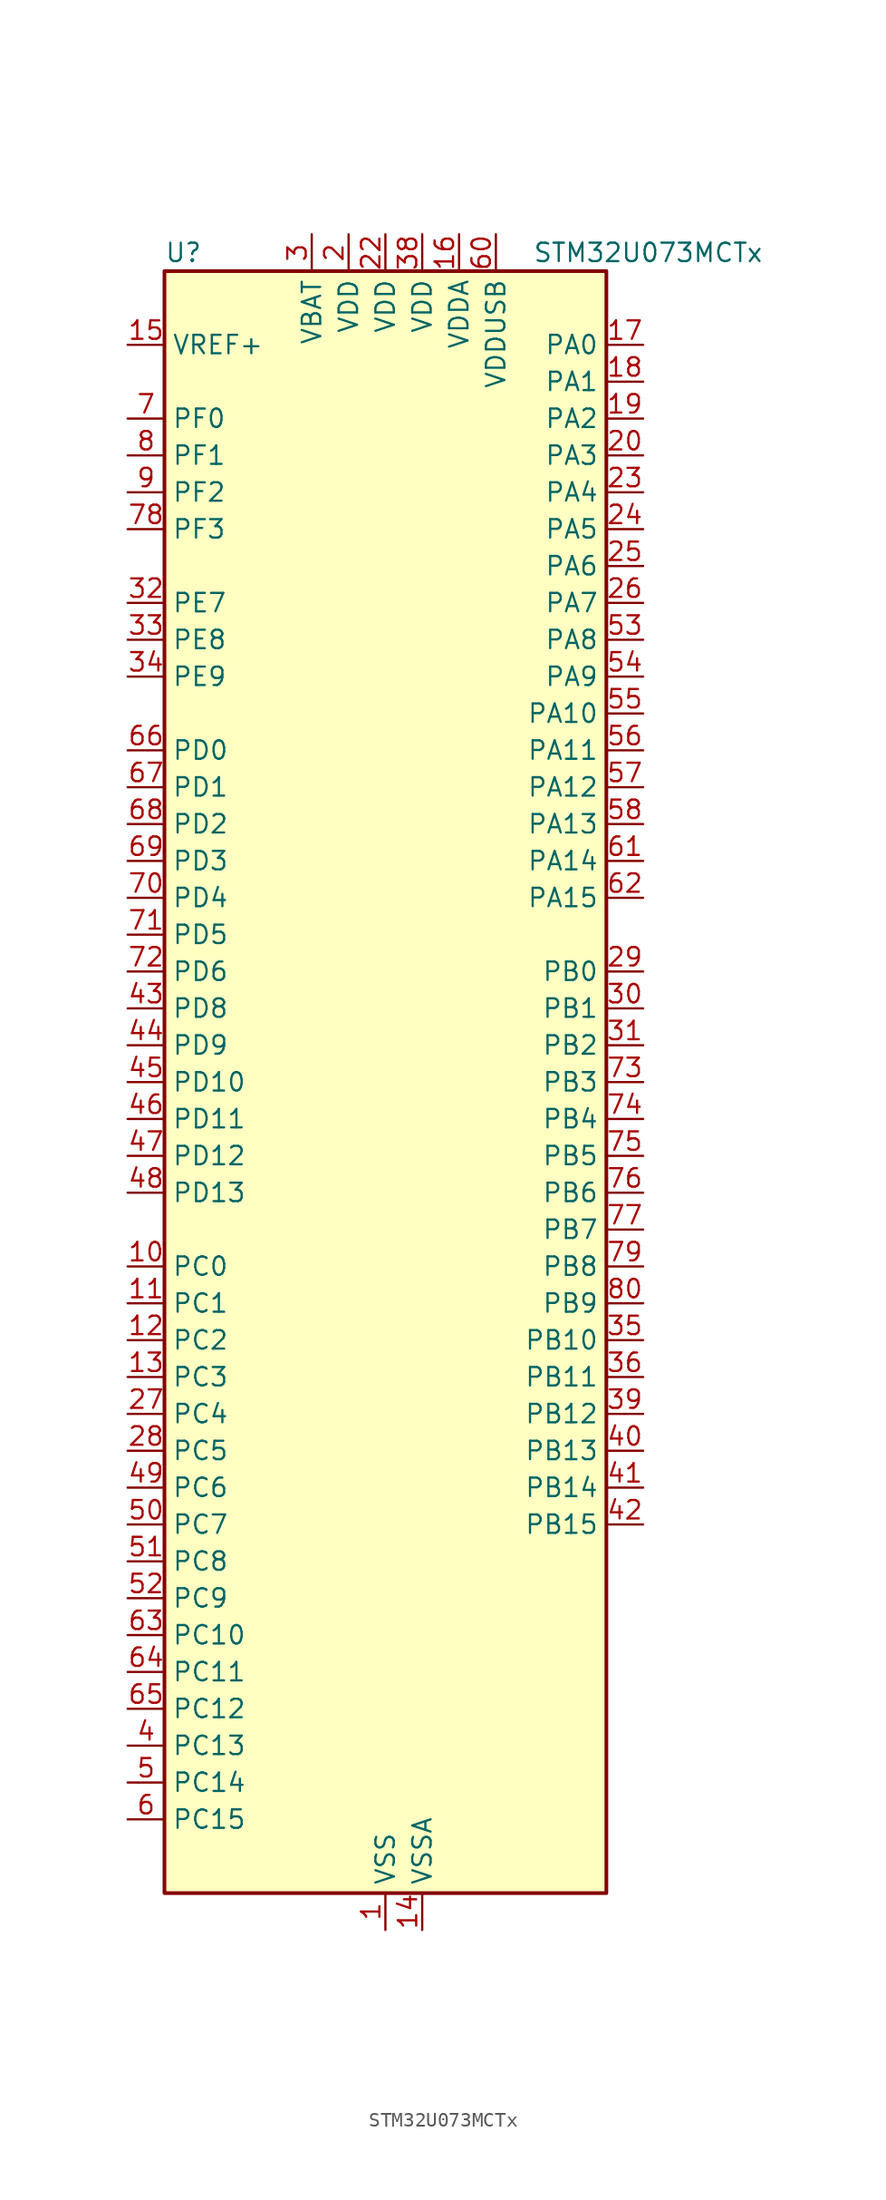
<source format=kicad_sym>
(kicad_symbol_lib
  (version 20241209)
  (generator "kicad_symbol_editor")
  (generator_version "9.0")
  (symbol "STM32U073MCTx"
    (property "Reference" "U"
      (at -15.24 57.15 0)
      (effects (font (size 1.27 1.27)) (justify left)))
    (property "Value" "STM32U073MCTx"
      (at 10.16 57.15 0)
      (effects (font (size 1.27 1.27)) (justify left)))
    (symbol "STM32U073MCTx_0_1"
      (rectangle (start -15.24 -55.88) (end 15.24 55.88) (stroke (width 0.254) (type default)) (fill (type background))))
    (symbol "STM32U073MCTx_1_1"
      (pin input line (at -17.78 50.8 0) (length 2.54) (name "VREF+" (effects (font (size 1.27 1.27)))) (number "15" (effects (font (size 1.27 1.27)))) (alternate "VREFBUF_OUT" bidirectional line))
      (pin bidirectional line (at -17.78 45.72 0) (length 2.54) (name "PF0" (effects (font (size 1.27 1.27)))) (number "7" (effects (font (size 1.27 1.27)))) (alternate "RCC_OSC_IN" bidirectional line))
      (pin bidirectional line (at -17.78 43.18 0) (length 2.54) (name "PF1" (effects (font (size 1.27 1.27)))) (number "8" (effects (font (size 1.27 1.27)))) (alternate "RCC_OSC_EN" bidirectional line) (alternate "RCC_OSC_OUT" bidirectional line))
      (pin bidirectional line (at -17.78 40.64 0) (length 2.54) (name "PF2" (effects (font (size 1.27 1.27)))) (number "9" (effects (font (size 1.27 1.27)))) (alternate "RCC_MCO" bidirectional line))
      (pin bidirectional line (at -17.78 38.1 0) (length 2.54) (name "PF3" (effects (font (size 1.27 1.27)))) (number "78" (effects (font (size 1.27 1.27)))))
      (pin bidirectional line (at -17.78 33.02 0) (length 2.54) (name "PE7" (effects (font (size 1.27 1.27)))) (number "32" (effects (font (size 1.27 1.27)))) (alternate "LCD_SEG45" bidirectional line) (alternate "TIM1_ETR" bidirectional line))
      (pin bidirectional line (at -17.78 30.48 0) (length 2.54) (name "PE8" (effects (font (size 1.27 1.27)))) (number "33" (effects (font (size 1.27 1.27)))) (alternate "LCD_SEG46" bidirectional line) (alternate "TIM1_CH1N" bidirectional line))
      (pin bidirectional line (at -17.78 27.94 0) (length 2.54) (name "PE9" (effects (font (size 1.27 1.27)))) (number "34" (effects (font (size 1.27 1.27)))) (alternate "DAC1_EXTI9" bidirectional line) (alternate "LCD_SEG47" bidirectional line) (alternate "LPTIM1_CH3" bidirectional line) (alternate "TIM1_CH1" bidirectional line))
      (pin bidirectional line (at -17.78 22.86 0) (length 2.54) (name "PD0" (effects (font (size 1.27 1.27)))) (number "66" (effects (font (size 1.27 1.27)))) (alternate "LCD_SEG34" bidirectional line) (alternate "SPI2_NSS" bidirectional line))
      (pin bidirectional line (at -17.78 20.32 0) (length 2.54) (name "PD1" (effects (font (size 1.27 1.27)))) (number "67" (effects (font (size 1.27 1.27)))) (alternate "LCD_SEG35" bidirectional line) (alternate "LPTIM1_CH4" bidirectional line) (alternate "SPI2_SCK" bidirectional line))
      (pin bidirectional line (at -17.78 17.78 0) (length 2.54) (name "PD2" (effects (font (size 1.27 1.27)))) (number "68" (effects (font (size 1.27 1.27)))) (alternate "LCD_COM7" bidirectional line) (alternate "LCD_SEG31" bidirectional line) (alternate "LCD_SEG51" bidirectional line) (alternate "TIM3_ETR" bidirectional line) (alternate "TSC_SYNC" bidirectional line) (alternate "USART3_DE" bidirectional line) (alternate "USART3_RTS" bidirectional line))
      (pin bidirectional line (at -17.78 15.24 0) (length 2.54) (name "PD3" (effects (font (size 1.27 1.27)))) (number "69" (effects (font (size 1.27 1.27)))) (alternate "LCD_SEG36" bidirectional line) (alternate "SPI2_MISO" bidirectional line) (alternate "USART2_CTS" bidirectional line))
      (pin bidirectional line (at -17.78 12.7 0) (length 2.54) (name "PD4" (effects (font (size 1.27 1.27)))) (number "70" (effects (font (size 1.27 1.27)))) (alternate "LCD_SEG37" bidirectional line) (alternate "LPTIM1_CH3" bidirectional line) (alternate "SPI2_MOSI" bidirectional line) (alternate "USART2_DE" bidirectional line) (alternate "USART2_RTS" bidirectional line))
      (pin bidirectional line (at -17.78 10.16 0) (length 2.54) (name "PD5" (effects (font (size 1.27 1.27)))) (number "71" (effects (font (size 1.27 1.27)))) (alternate "LCD_SEG38" bidirectional line) (alternate "USART2_TX" bidirectional line))
      (pin bidirectional line (at -17.78 7.62 0) (length 2.54) (name "PD6" (effects (font (size 1.27 1.27)))) (number "72" (effects (font (size 1.27 1.27)))) (alternate "LCD_SEG39" bidirectional line) (alternate "USART2_RX" bidirectional line))
      (pin bidirectional line (at -17.78 5.08 0) (length 2.54) (name "PD8" (effects (font (size 1.27 1.27)))) (number "43" (effects (font (size 1.27 1.27)))) (alternate "LCD_SEG28" bidirectional line) (alternate "LPUART3_TX" bidirectional line) (alternate "USART3_TX" bidirectional line))
      (pin bidirectional line (at -17.78 2.54 0) (length 2.54) (name "PD9" (effects (font (size 1.27 1.27)))) (number "44" (effects (font (size 1.27 1.27)))) (alternate "DAC1_EXTI9" bidirectional line) (alternate "LCD_SEG29" bidirectional line) (alternate "LPTIM3_IN1" bidirectional line) (alternate "LPUART3_RX" bidirectional line) (alternate "USART3_RX" bidirectional line))
      (pin bidirectional line (at -17.78 0 0) (length 2.54) (name "PD10" (effects (font (size 1.27 1.27)))) (number "45" (effects (font (size 1.27 1.27)))) (alternate "COMP2_INP" bidirectional line) (alternate "LCD_SEG30" bidirectional line) (alternate "LPTIM2_CH2" bidirectional line) (alternate "LPTIM3_ETR" bidirectional line) (alternate "TSC_G6_IO1" bidirectional line) (alternate "USART3_CK" bidirectional line))
      (pin bidirectional line (at -17.78 -2.54 0) (length 2.54) (name "PD11" (effects (font (size 1.27 1.27)))) (number "46" (effects (font (size 1.27 1.27)))) (alternate "ADC1_EXTI11" bidirectional line) (alternate "LCD_SEG31" bidirectional line) (alternate "LPTIM2_ETR" bidirectional line) (alternate "LPUART3_CTS" bidirectional line) (alternate "TSC_G6_IO2" bidirectional line) (alternate "USART3_CTS" bidirectional line))
      (pin bidirectional line (at -17.78 -5.08 0) (length 2.54) (name "PD12" (effects (font (size 1.27 1.27)))) (number "47" (effects (font (size 1.27 1.27)))) (alternate "I2C4_SCL" bidirectional line) (alternate "LCD_SEG32" bidirectional line) (alternate "LPTIM2_IN1" bidirectional line) (alternate "LPUART3_DE" bidirectional line) (alternate "LPUART3_RTS" bidirectional line) (alternate "TSC_G6_IO3" bidirectional line) (alternate "USART3_DE" bidirectional line) (alternate "USART3_RTS" bidirectional line))
      (pin bidirectional line (at -17.78 -7.62 0) (length 2.54) (name "PD13" (effects (font (size 1.27 1.27)))) (number "48" (effects (font (size 1.27 1.27)))) (alternate "I2C4_SDA" bidirectional line) (alternate "LCD_SEG33" bidirectional line) (alternate "LPTIM2_CH1" bidirectional line) (alternate "TSC_G6_IO4" bidirectional line))
      (pin bidirectional line (at -17.78 -12.7 0) (length 2.54) (name "PC0" (effects (font (size 1.27 1.27)))) (number "10" (effects (font (size 1.27 1.27)))) (alternate "ADC1_IN0" bidirectional line) (alternate "I2C3_SCL" bidirectional line) (alternate "I2C4_SCL" bidirectional line) (alternate "LCD_SEG18" bidirectional line) (alternate "LPTIM1_IN1" bidirectional line) (alternate "LPTIM2_IN1" bidirectional line) (alternate "LPUART1_RX" bidirectional line) (alternate "LPUART2_TX" bidirectional line))
      (pin bidirectional line (at -17.78 -15.24 0) (length 2.54) (name "PC1" (effects (font (size 1.27 1.27)))) (number "11" (effects (font (size 1.27 1.27)))) (alternate "ADC1_IN1" bidirectional line) (alternate "I2C3_SDA" bidirectional line) (alternate "I2C4_SDA" bidirectional line) (alternate "LCD_SEG19" bidirectional line) (alternate "LPTIM1_CH1" bidirectional line) (alternate "LPUART1_TX" bidirectional line) (alternate "LPUART2_RX" bidirectional line))
      (pin bidirectional line (at -17.78 -17.78 0) (length 2.54) (name "PC2" (effects (font (size 1.27 1.27)))) (number "12" (effects (font (size 1.27 1.27)))) (alternate "ADC1_IN2" bidirectional line) (alternate "LCD_SEG20" bidirectional line) (alternate "LPTIM1_IN2" bidirectional line) (alternate "RCC_MCO2" bidirectional line) (alternate "SPI2_MISO" bidirectional line))
      (pin bidirectional line (at -17.78 -20.32 0) (length 2.54) (name "PC3" (effects (font (size 1.27 1.27)))) (number "13" (effects (font (size 1.27 1.27)))) (alternate "ADC1_IN3" bidirectional line) (alternate "LCD_VLCD" bidirectional line) (alternate "LPTIM1_ETR" bidirectional line) (alternate "LPTIM2_ETR" bidirectional line) (alternate "LPTIM3_CH1" bidirectional line) (alternate "SPI2_MOSI" bidirectional line) (alternate "USART4_CK" bidirectional line))
      (pin bidirectional line (at -17.78 -22.86 0) (length 2.54) (name "PC4" (effects (font (size 1.27 1.27)))) (number "27" (effects (font (size 1.27 1.27)))) (alternate "ADC1_IN15" bidirectional line) (alternate "COMP1_INM" bidirectional line) (alternate "LCD_SEG22" bidirectional line) (alternate "LPUART3_TX" bidirectional line) (alternate "USART3_TX" bidirectional line))
      (pin bidirectional line (at -17.78 -25.4 0) (length 2.54) (name "PC5" (effects (font (size 1.27 1.27)))) (number "28" (effects (font (size 1.27 1.27)))) (alternate "ADC1_IN16" bidirectional line) (alternate "COMP1_INP" bidirectional line) (alternate "LCD_SEG23" bidirectional line) (alternate "LPTIM3_CH3" bidirectional line) (alternate "LPUART3_RX" bidirectional line) (alternate "PWR_WKUP5" bidirectional line) (alternate "TAMP_IN4" bidirectional line) (alternate "USART3_RX" bidirectional line))
      (pin bidirectional line (at -17.78 -27.94 0) (length 2.54) (name "PC6" (effects (font (size 1.27 1.27)))) (number "49" (effects (font (size 1.27 1.27)))) (alternate "COMP1_INP" bidirectional line) (alternate "LCD_SEG24" bidirectional line) (alternate "LPUART2_TX" bidirectional line) (alternate "TIM3_CH1" bidirectional line) (alternate "TSC_G4_IO1" bidirectional line))
      (pin bidirectional line (at -17.78 -30.48 0) (length 2.54) (name "PC7" (effects (font (size 1.27 1.27)))) (number "50" (effects (font (size 1.27 1.27)))) (alternate "LCD_SEG25" bidirectional line) (alternate "LPTIM2_CH2" bidirectional line) (alternate "LPTIM3_CH4" bidirectional line) (alternate "LPUART2_RX" bidirectional line) (alternate "TIM3_CH2" bidirectional line) (alternate "TSC_G4_IO2" bidirectional line))
      (pin bidirectional line (at -17.78 -33.02 0) (length 2.54) (name "PC8" (effects (font (size 1.27 1.27)))) (number "51" (effects (font (size 1.27 1.27)))) (alternate "LCD_SEG26" bidirectional line) (alternate "LPTIM3_CH1" bidirectional line) (alternate "TIM3_CH3" bidirectional line) (alternate "TSC_G4_IO3" bidirectional line))
      (pin bidirectional line (at -17.78 -35.56 0) (length 2.54) (name "PC9" (effects (font (size 1.27 1.27)))) (number "52" (effects (font (size 1.27 1.27)))) (alternate "DAC1_EXTI9" bidirectional line) (alternate "LCD_SEG27" bidirectional line) (alternate "LPTIM3_CH2" bidirectional line) (alternate "TIM3_CH4" bidirectional line) (alternate "TSC_G4_IO4" bidirectional line) (alternate "USB_NOE" bidirectional line))
      (pin bidirectional line (at -17.78 -38.1 0) (length 2.54) (name "PC10" (effects (font (size 1.27 1.27)))) (number "63" (effects (font (size 1.27 1.27)))) (alternate "LCD_COM4" bidirectional line) (alternate "LCD_SEG28" bidirectional line) (alternate "LCD_SEG48" bidirectional line) (alternate "LPTIM3_ETR" bidirectional line) (alternate "SPI3_SCK" bidirectional line) (alternate "TSC_G3_IO2" bidirectional line) (alternate "USART3_TX" bidirectional line) (alternate "USART4_TX" bidirectional line))
      (pin bidirectional line (at -17.78 -40.64 0) (length 2.54) (name "PC11" (effects (font (size 1.27 1.27)))) (number "64" (effects (font (size 1.27 1.27)))) (alternate "ADC1_EXTI11" bidirectional line) (alternate "LCD_COM5" bidirectional line) (alternate "LCD_SEG29" bidirectional line) (alternate "LCD_SEG49" bidirectional line) (alternate "LPTIM3_IN1" bidirectional line) (alternate "SPI3_MISO" bidirectional line) (alternate "TSC_G3_IO3" bidirectional line) (alternate "USART3_RX" bidirectional line) (alternate "USART4_RX" bidirectional line))
      (pin bidirectional line (at -17.78 -43.18 0) (length 2.54) (name "PC12" (effects (font (size 1.27 1.27)))) (number "65" (effects (font (size 1.27 1.27)))) (alternate "LCD_COM6" bidirectional line) (alternate "LCD_SEG30" bidirectional line) (alternate "LCD_SEG50" bidirectional line) (alternate "LPTIM3_CH3" bidirectional line) (alternate "SPI3_MOSI" bidirectional line) (alternate "USART3_CK" bidirectional line) (alternate "USART4_CK" bidirectional line))
      (pin bidirectional line (at -17.78 -45.72 0) (length 2.54) (name "PC13" (effects (font (size 1.27 1.27)))) (number "4" (effects (font (size 1.27 1.27)))) (alternate "LPTIM1_CH3" bidirectional line) (alternate "LPTIM3_CH3" bidirectional line) (alternate "PWR_WKUP2" bidirectional line) (alternate "RTC_OUT1" bidirectional line) (alternate "RTC_TS" bidirectional line) (alternate "TAMP_IN1" bidirectional line))
      (pin bidirectional line (at -17.78 -48.26 0) (length 2.54) (name "PC14" (effects (font (size 1.27 1.27)))) (number "5" (effects (font (size 1.27 1.27)))) (alternate "RCC_OSC32_IN" bidirectional line))
      (pin bidirectional line (at -17.78 -50.8 0) (length 2.54) (name "PC15" (effects (font (size 1.27 1.27)))) (number "6" (effects (font (size 1.27 1.27)))) (alternate "RCC_OSC32_EN" bidirectional line) (alternate "RCC_OSC32_OUT" bidirectional line) (alternate "RCC_OSC_EN" bidirectional line))
      (pin power_in line (at -5.08 58.42 270) (length 2.54) (name "VBAT" (effects (font (size 1.27 1.27)))) (number "3" (effects (font (size 1.27 1.27)))))
      (pin power_in line (at -2.54 58.42 270) (length 2.54) (name "VDD" (effects (font (size 1.27 1.27)))) (number "2" (effects (font (size 1.27 1.27)))))
      (pin power_in line (at 0 58.42 270) (length 2.54) (name "VDD" (effects (font (size 1.27 1.27)))) (number "22" (effects (font (size 1.27 1.27)))))
      (pin power_in line (at 0 -58.42 90) (length 2.54) (name "VSS" (effects (font (size 1.27 1.27)))) (number "1" (effects (font (size 1.27 1.27)))))
      (pin passive line (at 0 -58.42 90) (length 2.54) (hide yes) (name "VSS" (effects (font (size 1.27 1.27)))) (number "21" (effects (font (size 1.27 1.27)))))
      (pin passive line (at 0 -58.42 90) (length 2.54) (hide yes) (name "VSS" (effects (font (size 1.27 1.27)))) (number "37" (effects (font (size 1.27 1.27)))))
      (pin passive line (at 0 -58.42 90) (length 2.54) (hide yes) (name "VSS" (effects (font (size 1.27 1.27)))) (number "59" (effects (font (size 1.27 1.27)))))
      (pin power_in line (at 2.54 58.42 270) (length 2.54) (name "VDD" (effects (font (size 1.27 1.27)))) (number "38" (effects (font (size 1.27 1.27)))))
      (pin power_in line (at 2.54 -58.42 90) (length 2.54) (name "VSSA" (effects (font (size 1.27 1.27)))) (number "14" (effects (font (size 1.27 1.27)))))
      (pin power_in line (at 5.08 58.42 270) (length 2.54) (name "VDDA" (effects (font (size 1.27 1.27)))) (number "16" (effects (font (size 1.27 1.27)))))
      (pin power_in line (at 7.62 58.42 270) (length 2.54) (name "VDDUSB" (effects (font (size 1.27 1.27)))) (number "60" (effects (font (size 1.27 1.27)))))
      (pin bidirectional line (at 17.78 50.8 180) (length 2.54) (name "PA0" (effects (font (size 1.27 1.27)))) (number "17" (effects (font (size 1.27 1.27)))) (alternate "ADC1_IN4" bidirectional line) (alternate "COMP1_INM" bidirectional line) (alternate "COMP1_OUT" bidirectional line) (alternate "LCD_SEG42" bidirectional line) (alternate "OPAMP1_VINP" bidirectional line) (alternate "PWR_WKUP1" bidirectional line) (alternate "TAMP_IN2" bidirectional line) (alternate "TIM2_CH1" bidirectional line) (alternate "TIM2_ETR" bidirectional line) (alternate "USART2_CTS" bidirectional line) (alternate "USART4_TX" bidirectional line))
      (pin bidirectional line (at 17.78 48.26 180) (length 2.54) (name "PA1" (effects (font (size 1.27 1.27)))) (number "18" (effects (font (size 1.27 1.27)))) (alternate "ADC1_IN5" bidirectional line) (alternate "COMP1_INP" bidirectional line) (alternate "LCD_SEG0" bidirectional line) (alternate "LPTIM1_CH2" bidirectional line) (alternate "OPAMP1_VINM" bidirectional line) (alternate "PWR_WKUP3" bidirectional line) (alternate "SPI1_SCK" bidirectional line) (alternate "SPI2_SCK" bidirectional line) (alternate "TAMP_IN5" bidirectional line) (alternate "TIM15_CH1N" bidirectional line) (alternate "TIM2_CH2" bidirectional line) (alternate "USART2_DE" bidirectional line) (alternate "USART2_RTS" bidirectional line) (alternate "USART4_RX" bidirectional line))
      (pin bidirectional line (at 17.78 45.72 180) (length 2.54) (name "PA2" (effects (font (size 1.27 1.27)))) (number "19" (effects (font (size 1.27 1.27)))) (alternate "ADC1_IN6" bidirectional line) (alternate "COMP2_INM" bidirectional line) (alternate "COMP2_OUT" bidirectional line) (alternate "LCD_SEG1" bidirectional line) (alternate "LPUART1_TX" bidirectional line) (alternate "PWR_WKUP4" bidirectional line) (alternate "RCC_LSCO" bidirectional line) (alternate "TIM15_CH1" bidirectional line) (alternate "TIM2_CH3" bidirectional line) (alternate "USART2_TX" bidirectional line))
      (pin bidirectional line (at 17.78 43.18 180) (length 2.54) (name "PA3" (effects (font (size 1.27 1.27)))) (number "20" (effects (font (size 1.27 1.27)))) (alternate "ADC1_IN7" bidirectional line) (alternate "COMP2_INP" bidirectional line) (alternate "LCD_SEG2" bidirectional line) (alternate "LPUART1_RX" bidirectional line) (alternate "OPAMP1_VOUT" bidirectional line) (alternate "TIM15_CH2" bidirectional line) (alternate "TIM2_CH4" bidirectional line) (alternate "USART2_RX" bidirectional line))
      (pin bidirectional line (at 17.78 40.64 180) (length 2.54) (name "PA4" (effects (font (size 1.27 1.27)))) (number "23" (effects (font (size 1.27 1.27)))) (alternate "ADC1_IN8" bidirectional line) (alternate "COMP1_INM" bidirectional line) (alternate "COMP2_INM" bidirectional line) (alternate "DAC1_OUT1" bidirectional line) (alternate "LCD_SEG43" bidirectional line) (alternate "LPTIM2_CH1" bidirectional line) (alternate "LPUART3_TX" bidirectional line) (alternate "SPI1_NSS" bidirectional line) (alternate "SPI3_NSS" bidirectional line) (alternate "USART2_CK" bidirectional line))
      (pin bidirectional line (at 17.78 38.1 180) (length 2.54) (name "PA5" (effects (font (size 1.27 1.27)))) (number "24" (effects (font (size 1.27 1.27)))) (alternate "ADC1_IN9" bidirectional line) (alternate "COMP1_INM" bidirectional line) (alternate "COMP2_INM" bidirectional line) (alternate "LCD_SEG44" bidirectional line) (alternate "LPTIM2_ETR" bidirectional line) (alternate "LPUART3_RX" bidirectional line) (alternate "SPI1_SCK" bidirectional line) (alternate "TIM2_CH1" bidirectional line) (alternate "TIM2_ETR" bidirectional line) (alternate "USART3_TX" bidirectional line))
      (pin bidirectional line (at 17.78 35.56 180) (length 2.54) (name "PA6" (effects (font (size 1.27 1.27)))) (number "25" (effects (font (size 1.27 1.27)))) (alternate "ADC1_IN10" bidirectional line) (alternate "COMP1_OUT" bidirectional line) (alternate "I2C2_SDA" bidirectional line) (alternate "I2C3_SDA" bidirectional line) (alternate "LCD_SEG3" bidirectional line) (alternate "LPUART1_CTS" bidirectional line) (alternate "SPI1_MISO" bidirectional line) (alternate "TIM16_CH1" bidirectional line) (alternate "TIM1_BKIN" bidirectional line) (alternate "TIM3_CH1" bidirectional line) (alternate "TSC_G5_IO1" bidirectional line) (alternate "USART3_CTS" bidirectional line))
      (pin bidirectional line (at 17.78 33.02 180) (length 2.54) (name "PA7" (effects (font (size 1.27 1.27)))) (number "26" (effects (font (size 1.27 1.27)))) (alternate "ADC1_IN14" bidirectional line) (alternate "COMP2_OUT" bidirectional line) (alternate "I2C2_SCL" bidirectional line) (alternate "I2C3_SCL" bidirectional line) (alternate "LCD_SEG4" bidirectional line) (alternate "LPTIM2_CH2" bidirectional line) (alternate "SPI1_MOSI" bidirectional line) (alternate "TIM1_CH1N" bidirectional line) (alternate "TIM3_CH2" bidirectional line) (alternate "USART3_RX" bidirectional line))
      (pin bidirectional line (at 17.78 30.48 180) (length 2.54) (name "PA8" (effects (font (size 1.27 1.27)))) (number "53" (effects (font (size 1.27 1.27)))) (alternate "LCD_COM0" bidirectional line) (alternate "LPTIM2_CH1" bidirectional line) (alternate "RCC_MCO" bidirectional line) (alternate "RCC_MCO2" bidirectional line) (alternate "TIM1_CH1" bidirectional line) (alternate "TSC_G7_IO1" bidirectional line) (alternate "USART1_CK" bidirectional line))
      (pin bidirectional line (at 17.78 27.94 180) (length 2.54) (name "PA9" (effects (font (size 1.27 1.27)))) (number "54" (effects (font (size 1.27 1.27)))) (alternate "COMP1_INP" bidirectional line) (alternate "DAC1_EXTI9" bidirectional line) (alternate "I2C1_SCL" bidirectional line) (alternate "I2C2_SCL" bidirectional line) (alternate "LCD_COM1" bidirectional line) (alternate "RCC_MCO" bidirectional line) (alternate "TIM15_BKIN" bidirectional line) (alternate "TIM1_CH2" bidirectional line) (alternate "TSC_G7_IO2" bidirectional line) (alternate "USART1_TX" bidirectional line))
      (pin bidirectional line (at 17.78 25.4 180) (length 2.54) (name "PA10" (effects (font (size 1.27 1.27)))) (number "55" (effects (font (size 1.27 1.27)))) (alternate "CRS_SYNC" bidirectional line) (alternate "I2C1_SDA" bidirectional line) (alternate "I2C2_SDA" bidirectional line) (alternate "LCD_COM2" bidirectional line) (alternate "RCC_MCO2" bidirectional line) (alternate "SPI2_NSS" bidirectional line) (alternate "TIM1_CH3" bidirectional line) (alternate "TSC_G7_IO3" bidirectional line) (alternate "USART1_RX" bidirectional line))
      (pin bidirectional line (at 17.78 22.86 180) (length 2.54) (name "PA11" (effects (font (size 1.27 1.27)))) (number "56" (effects (font (size 1.27 1.27)))) (alternate "ADC1_EXTI11" bidirectional line) (alternate "COMP1_OUT" bidirectional line) (alternate "SPI1_MISO" bidirectional line) (alternate "SPI2_MISO" bidirectional line) (alternate "TIM1_BKIN2" bidirectional line) (alternate "TIM1_CH4" bidirectional line) (alternate "USART1_CTS" bidirectional line) (alternate "USB_DM" bidirectional line))
      (pin bidirectional line (at 17.78 20.32 180) (length 2.54) (name "PA12" (effects (font (size 1.27 1.27)))) (number "57" (effects (font (size 1.27 1.27)))) (alternate "SPI1_MOSI" bidirectional line) (alternate "SPI2_MOSI" bidirectional line) (alternate "TIM1_ETR" bidirectional line) (alternate "USART1_DE" bidirectional line) (alternate "USART1_RTS" bidirectional line) (alternate "USB_DP" bidirectional line))
      (pin bidirectional line (at 17.78 17.78 180) (length 2.54) (name "PA13" (effects (font (size 1.27 1.27)))) (number "58" (effects (font (size 1.27 1.27)))) (alternate "DEBUG_JTMS-SWDIO" bidirectional line) (alternate "IR_OUT" bidirectional line) (alternate "LCD_SEG40" bidirectional line) (alternate "TSC_G7_IO4" bidirectional line) (alternate "USB_NOE" bidirectional line))
      (pin bidirectional line (at 17.78 15.24 180) (length 2.54) (name "PA14" (effects (font (size 1.27 1.27)))) (number "61" (effects (font (size 1.27 1.27)))) (alternate "DEBUG_JTCK-SWCLK" bidirectional line) (alternate "LCD_SEG41" bidirectional line) (alternate "LPTIM1_CH1" bidirectional line) (alternate "TSC_G3_IO4" bidirectional line))
      (pin bidirectional line (at 17.78 12.7 180) (length 2.54) (name "PA15" (effects (font (size 1.27 1.27)))) (number "62" (effects (font (size 1.27 1.27)))) (alternate "DEBUG_JTDI" bidirectional line) (alternate "LCD_SEG17" bidirectional line) (alternate "LPTIM3_CH3" bidirectional line) (alternate "LPTIM3_IN2" bidirectional line) (alternate "SPI1_NSS" bidirectional line) (alternate "SPI3_NSS" bidirectional line) (alternate "TIM2_CH1" bidirectional line) (alternate "TIM2_ETR" bidirectional line) (alternate "TSC_G3_IO1" bidirectional line) (alternate "USART2_RX" bidirectional line) (alternate "USART3_DE" bidirectional line) (alternate "USART3_RTS" bidirectional line) (alternate "USART4_DE" bidirectional line) (alternate "USART4_RTS" bidirectional line))
      (pin bidirectional line (at 17.78 7.62 180) (length 2.54) (name "PB0" (effects (font (size 1.27 1.27)))) (number "29" (effects (font (size 1.27 1.27)))) (alternate "ADC1_IN17" bidirectional line) (alternate "COMP1_OUT" bidirectional line) (alternate "LCD_SEG5" bidirectional line) (alternate "LPTIM3_CH1" bidirectional line) (alternate "LPUART2_CTS" bidirectional line) (alternate "SPI1_NSS" bidirectional line) (alternate "TIM1_CH2N" bidirectional line) (alternate "TIM3_CH3" bidirectional line) (alternate "TSC_G5_IO2" bidirectional line) (alternate "USART3_CK" bidirectional line))
      (pin bidirectional line (at 17.78 5.08 180) (length 2.54) (name "PB1" (effects (font (size 1.27 1.27)))) (number "30" (effects (font (size 1.27 1.27)))) (alternate "ADC1_IN18" bidirectional line) (alternate "COMP1_INM" bidirectional line) (alternate "LCD_SEG6" bidirectional line) (alternate "LPTIM2_IN1" bidirectional line) (alternate "LPTIM3_CH2" bidirectional line) (alternate "LPUART1_DE" bidirectional line) (alternate "LPUART1_RTS" bidirectional line) (alternate "LPUART2_DE" bidirectional line) (alternate "LPUART2_RTS" bidirectional line) (alternate "TIM1_CH3N" bidirectional line) (alternate "TIM3_CH4" bidirectional line) (alternate "TSC_SYNC" bidirectional line) (alternate "USART3_DE" bidirectional line) (alternate "USART3_RTS" bidirectional line))
      (pin bidirectional line (at 17.78 2.54 180) (length 2.54) (name "PB2" (effects (font (size 1.27 1.27)))) (number "31" (effects (font (size 1.27 1.27)))) (alternate "COMP1_INP" bidirectional line) (alternate "LCD_VLCD" bidirectional line) (alternate "LPTIM1_CH1" bidirectional line) (alternate "RTC_OUT2" bidirectional line))
      (pin bidirectional line (at 17.78 0 180) (length 2.54) (name "PB3" (effects (font (size 1.27 1.27)))) (number "73" (effects (font (size 1.27 1.27)))) (alternate "COMP2_INM" bidirectional line) (alternate "DEBUG_JTDO-SWO" bidirectional line) (alternate "I2C2_SCL" bidirectional line) (alternate "I2C3_SCL" bidirectional line) (alternate "LCD_SEG7" bidirectional line) (alternate "LPTIM1_CH3" bidirectional line) (alternate "SPI1_SCK" bidirectional line) (alternate "SPI3_SCK" bidirectional line) (alternate "TIM2_CH2" bidirectional line) (alternate "USART1_DE" bidirectional line) (alternate "USART1_RTS" bidirectional line))
      (pin bidirectional line (at 17.78 -2.54 180) (length 2.54) (name "PB4" (effects (font (size 1.27 1.27)))) (number "74" (effects (font (size 1.27 1.27)))) (alternate "COMP2_INP" bidirectional line) (alternate "I2C2_SDA" bidirectional line) (alternate "I2C3_SDA" bidirectional line) (alternate "LCD_SEG8" bidirectional line) (alternate "LPTIM1_CH4" bidirectional line) (alternate "LPUART3_DE" bidirectional line) (alternate "LPUART3_RTS" bidirectional line) (alternate "SPI1_MISO" bidirectional line) (alternate "SPI3_MISO" bidirectional line) (alternate "TIM3_CH1" bidirectional line) (alternate "TSC_G2_IO1" bidirectional line) (alternate "USART1_CTS" bidirectional line))
      (pin bidirectional line (at 17.78 -5.08 180) (length 2.54) (name "PB5" (effects (font (size 1.27 1.27)))) (number "75" (effects (font (size 1.27 1.27)))) (alternate "COMP2_OUT" bidirectional line) (alternate "LCD_SEG9" bidirectional line) (alternate "LPTIM1_IN1" bidirectional line) (alternate "LPUART3_CTS" bidirectional line) (alternate "SPI1_MOSI" bidirectional line) (alternate "SPI3_MOSI" bidirectional line) (alternate "TIM16_BKIN" bidirectional line) (alternate "TIM3_CH2" bidirectional line) (alternate "TSC_G2_IO2" bidirectional line) (alternate "USART1_CK" bidirectional line))
      (pin bidirectional line (at 17.78 -7.62 180) (length 2.54) (name "PB6" (effects (font (size 1.27 1.27)))) (number "76" (effects (font (size 1.27 1.27)))) (alternate "COMP2_INP" bidirectional line) (alternate "I2C1_SCL" bidirectional line) (alternate "I2C2_SCL" bidirectional line) (alternate "I2C4_SCL" bidirectional line) (alternate "LPTIM1_ETR" bidirectional line) (alternate "LPUART2_TX" bidirectional line) (alternate "LPUART3_TX" bidirectional line) (alternate "TIM16_CH1N" bidirectional line) (alternate "TSC_G2_IO3" bidirectional line) (alternate "USART1_TX" bidirectional line))
      (pin bidirectional line (at 17.78 -10.16 180) (length 2.54) (name "PB7" (effects (font (size 1.27 1.27)))) (number "77" (effects (font (size 1.27 1.27)))) (alternate "COMP2_INM" bidirectional line) (alternate "I2C1_SDA" bidirectional line) (alternate "I2C2_SDA" bidirectional line) (alternate "I2C4_SDA" bidirectional line) (alternate "LCD_SEG21" bidirectional line) (alternate "LPTIM1_IN2" bidirectional line) (alternate "LPUART2_RX" bidirectional line) (alternate "LPUART3_RX" bidirectional line) (alternate "PWR_PVD_IN" bidirectional line) (alternate "TSC_G2_IO4" bidirectional line) (alternate "USART1_RX" bidirectional line) (alternate "USART4_CTS" bidirectional line))
      (pin bidirectional line (at 17.78 -12.7 180) (length 2.54) (name "PB8" (effects (font (size 1.27 1.27)))) (number "79" (effects (font (size 1.27 1.27)))) (alternate "I2C1_SCL" bidirectional line) (alternate "I2C2_SCL" bidirectional line) (alternate "LCD_SEG16" bidirectional line) (alternate "LPTIM1_IN2" bidirectional line) (alternate "LPTIM3_IN2" bidirectional line) (alternate "TIM16_CH1" bidirectional line) (alternate "USART3_TX" bidirectional line))
      (pin bidirectional line (at 17.78 -15.24 180) (length 2.54) (name "PB9" (effects (font (size 1.27 1.27)))) (number "80" (effects (font (size 1.27 1.27)))) (alternate "DAC1_EXTI9" bidirectional line) (alternate "I2C1_SDA" bidirectional line) (alternate "I2C2_SDA" bidirectional line) (alternate "IR_OUT" bidirectional line) (alternate "LCD_COM3" bidirectional line) (alternate "LPTIM1_CH4" bidirectional line) (alternate "LPTIM3_CH4" bidirectional line) (alternate "SPI2_NSS" bidirectional line) (alternate "USART3_RX" bidirectional line))
      (pin bidirectional line (at 17.78 -17.78 180) (length 2.54) (name "PB10" (effects (font (size 1.27 1.27)))) (number "35" (effects (font (size 1.27 1.27)))) (alternate "COMP1_OUT" bidirectional line) (alternate "I2C2_SCL" bidirectional line) (alternate "I2C4_SCL" bidirectional line) (alternate "LCD_SEG10" bidirectional line) (alternate "LPTIM3_CH1" bidirectional line) (alternate "LPUART1_RX" bidirectional line) (alternate "LPUART2_RX" bidirectional line) (alternate "SPI2_SCK" bidirectional line) (alternate "TIM2_CH3" bidirectional line) (alternate "TSC_G5_IO3" bidirectional line) (alternate "USART3_TX" bidirectional line))
      (pin bidirectional line (at 17.78 -20.32 180) (length 2.54) (name "PB11" (effects (font (size 1.27 1.27)))) (number "36" (effects (font (size 1.27 1.27)))) (alternate "ADC1_EXTI11" bidirectional line) (alternate "COMP2_OUT" bidirectional line) (alternate "I2C2_SDA" bidirectional line) (alternate "I2C4_SDA" bidirectional line) (alternate "LCD_SEG11" bidirectional line) (alternate "LPUART1_TX" bidirectional line) (alternate "LPUART2_TX" bidirectional line) (alternate "TIM2_CH4" bidirectional line) (alternate "TSC_G5_IO4" bidirectional line) (alternate "USART3_RX" bidirectional line))
      (pin bidirectional line (at 17.78 -22.86 180) (length 2.54) (name "PB12" (effects (font (size 1.27 1.27)))) (number "39" (effects (font (size 1.27 1.27)))) (alternate "LCD_SEG12" bidirectional line) (alternate "LPUART1_DE" bidirectional line) (alternate "LPUART1_RTS" bidirectional line) (alternate "SPI2_NSS" bidirectional line) (alternate "TIM15_BKIN" bidirectional line) (alternate "TIM1_BKIN" bidirectional line) (alternate "TSC_G1_IO1" bidirectional line) (alternate "USART3_CK" bidirectional line))
      (pin bidirectional line (at 17.78 -25.4 180) (length 2.54) (name "PB13" (effects (font (size 1.27 1.27)))) (number "40" (effects (font (size 1.27 1.27)))) (alternate "I2C2_SCL" bidirectional line) (alternate "LCD_SEG13" bidirectional line) (alternate "LPTIM3_IN1" bidirectional line) (alternate "LPUART1_CTS" bidirectional line) (alternate "SPI2_SCK" bidirectional line) (alternate "TIM15_CH1N" bidirectional line) (alternate "TIM1_CH1N" bidirectional line) (alternate "TSC_G1_IO2" bidirectional line) (alternate "USART3_CTS" bidirectional line))
      (pin bidirectional line (at 17.78 -27.94 180) (length 2.54) (name "PB14" (effects (font (size 1.27 1.27)))) (number "41" (effects (font (size 1.27 1.27)))) (alternate "I2C2_SDA" bidirectional line) (alternate "LCD_SEG14" bidirectional line) (alternate "LPTIM3_ETR" bidirectional line) (alternate "SPI2_MISO" bidirectional line) (alternate "TIM15_CH1" bidirectional line) (alternate "TIM1_CH2N" bidirectional line) (alternate "TSC_G1_IO3" bidirectional line) (alternate "USART3_DE" bidirectional line) (alternate "USART3_RTS" bidirectional line))
      (pin bidirectional line (at 17.78 -30.48 180) (length 2.54) (name "PB15" (effects (font (size 1.27 1.27)))) (number "42" (effects (font (size 1.27 1.27)))) (alternate "LCD_SEG15" bidirectional line) (alternate "PWR_WKUP7" bidirectional line) (alternate "RTC_REFIN" bidirectional line) (alternate "SPI2_MOSI" bidirectional line) (alternate "TAMP_IN3" bidirectional line) (alternate "TIM15_CH2" bidirectional line) (alternate "TIM1_CH3N" bidirectional line) (alternate "TSC_G1_IO4" bidirectional line)))))
</source>
